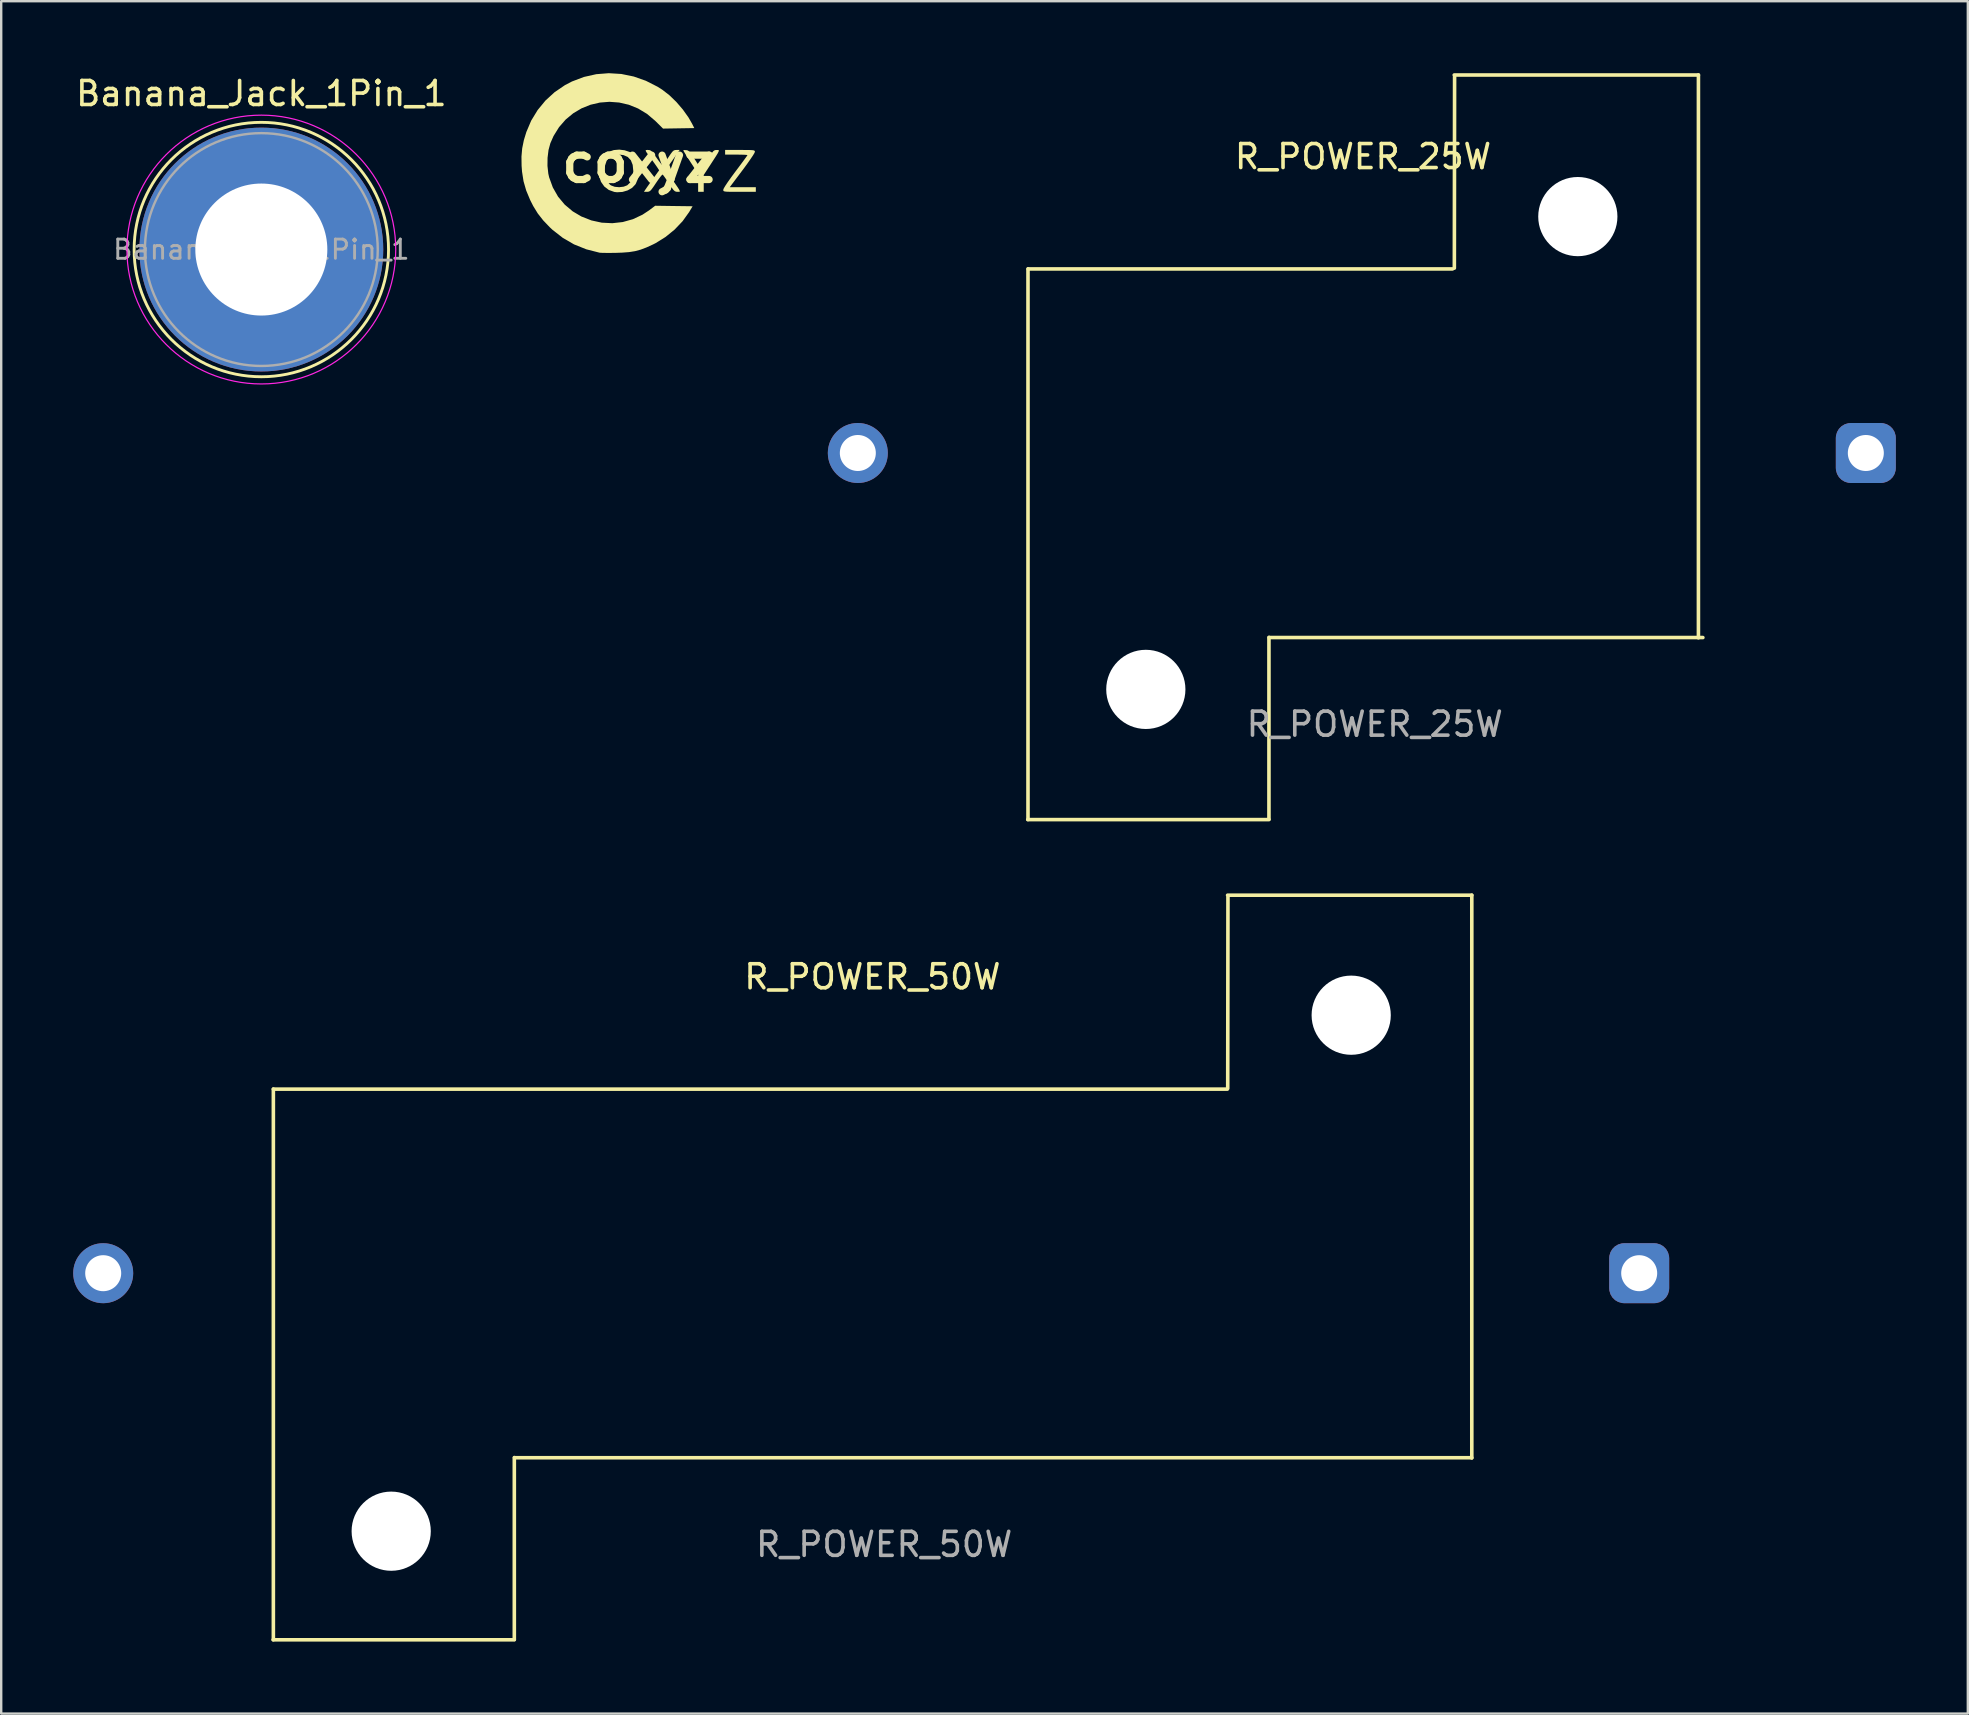
<source format=kicad_pcb>
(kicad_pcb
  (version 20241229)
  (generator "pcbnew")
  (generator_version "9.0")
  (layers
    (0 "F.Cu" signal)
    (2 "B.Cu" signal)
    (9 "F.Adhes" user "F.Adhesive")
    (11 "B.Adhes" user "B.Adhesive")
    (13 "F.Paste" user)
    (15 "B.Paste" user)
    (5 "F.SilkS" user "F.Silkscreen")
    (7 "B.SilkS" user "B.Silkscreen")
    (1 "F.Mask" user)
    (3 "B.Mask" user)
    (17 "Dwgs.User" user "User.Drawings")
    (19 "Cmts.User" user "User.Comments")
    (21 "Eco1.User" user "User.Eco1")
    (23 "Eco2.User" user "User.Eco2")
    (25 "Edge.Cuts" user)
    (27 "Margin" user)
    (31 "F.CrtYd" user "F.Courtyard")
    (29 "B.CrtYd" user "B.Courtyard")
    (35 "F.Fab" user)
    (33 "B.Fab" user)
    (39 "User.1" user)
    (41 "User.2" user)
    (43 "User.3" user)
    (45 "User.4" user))
  (footprint "Banana_Jack_1Pin_1"
    (layer "F.Cu")
    (at 7.839 7.348)
    (property "Reference" "Banana_Jack_1Pin_1" (at 0 -6.5 0) (layer "F.SilkS") (effects (font (size 1 1) (thickness 0.15))))
    (attr through_hole)
    (fp_circle (center 0 0) (end 5.3 0) (stroke (width 0.12) (type solid)) (fill no) (layer "F.SilkS"))
    (fp_circle (center 0 0) (end 5.6 0) (stroke (width 0.05) (type solid)) (fill no) (layer "F.CrtYd"))
    (fp_circle (center 0 0) (end 2 0) (stroke (width 0.1) (type solid)) (fill no) (layer "F.Fab"))
    (fp_circle (center 0 0) (end 4.85 0.05) (stroke (width 0.1) (type solid)) (fill no) (layer "F.Fab"))
    (fp_text user "${REFERENCE}" (at 0 0 0) (layer "F.Fab") (effects (font (size 0.8 0.8) (thickness 0.12))))
    (pad "1" thru_hole circle (at 0 0) (size 10.16 10.16) (drill 5.5) (layers "*.Cu" "*.Mask")))
  (footprint "R_POWER_50W"
    (layer "F.Cu")
    (at 33.89 50.1)
    (property "Reference" "R_POWER_50W" (at -0.59 -12.45 0) (layer "F.SilkS") (effects (font (size 1 1) (thickness 0.15))))
    (attr through_hole)
    (fp_line (start -25.56 15.175) (end -15.51 15.175) (stroke (width 0.15) (type default)) (layer "F.SilkS"))
    (fp_line (start -25.55 15.172) (end -25.55 -7.772) (stroke (width 0.15) (type solid)) (layer "F.SilkS"))
    (fp_line (start -15.51 15.158) (end -15.51 7.582) (stroke (width 0.15) (type default)) (layer "F.SilkS"))
    (fp_line (start -15.5 7.59) (end 24.385 7.59) (stroke (width 0.15) (type default)) (layer "F.SilkS"))
    (fp_line (start 14.2 -7.77) (end -25.55 -7.77) (stroke (width 0.15) (type default)) (layer "F.SilkS"))
    (fp_line (start 14.225 -15.777) (end 14.215 -7.803) (stroke (width 0.15) (type default)) (layer "F.SilkS"))
    (fp_line (start 24.385 -15.85) (end 14.21 -15.85) (stroke (width 0.15) (type default)) (layer "F.SilkS"))
    (fp_line (start 24.385 -15.85) (end 24.385 7.6) (stroke (width 0.15) (type solid)) (layer "F.SilkS"))
    (fp_text user "${REFERENCE}" (at -0.1 11.2 0) (layer "F.Fab") (effects (font (size 1 1) (thickness 0.15))))
    (pad "" np_thru_hole circle (at -20.64 10.65) (size 3.3 3.3) (drill 3.3) (layers "*.Cu" "*.Mask"))
    (pad "" np_thru_hole circle (at 19.36 -10.85) (size 3.3 3.3) (drill 3.3) (layers "*.Cu" "*.Mask"))
    (pad "1" thru_hole roundrect (at 31.36 -0.1) (size 2.5 2.5) (drill 1.5) (layers "*.Cu" "*.Mask") (roundrect_rratio 0.25))
    (pad "2" thru_hole circle (at -32.64 -0.1) (size 2.5 2.5) (drill 1.5) (layers "*.Cu" "*.Mask")))
  (footprint "coxyz"
    (layer "F.Cu")
    (at 23.557 3.741)
    (property "Reference" "coxyz" (at 0 0 0) (layer "F.SilkS") (effects (font (size 1.524 1.524) (thickness 0.3))))
    (attr through_hole)
    (fp_poly (pts (xy 3.334 -0.537) (xy 3.347 -0.517) (xy 3.335 -0.473) (xy 3.295 -0.397) (xy 3.223 -0.281) (xy 3.115 -0.114) (xy 3.004 0.057) (xy 2.715 0.5) (xy 2.715 1.202) (xy 2.482 1.202) (xy 2.482 0.453) (xy 2.172 -0.026) (xy 2.062 -0.197) (xy 1.97 -0.343) (xy 1.902 -0.454) (xy 1.865 -0.517) (xy 1.861 -0.527) (xy 1.895 -0.538) (xy 1.977 -0.536) (xy 1.986 -0.536) (xy 2.044 -0.524) (xy 2.097 -0.493) (xy 2.155 -0.433) (xy 2.229 -0.33) (xy 2.329 -0.174) (xy 2.346 -0.147) (xy 2.441 0.004) (xy 2.522 0.13) (xy 2.579 0.217) (xy 2.603 0.251) (xy 2.63 0.228) (xy 2.689 0.151) (xy 2.77 0.03) (xy 2.865 -0.121) (xy 2.873 -0.134) (xy 2.979 -0.305) (xy 3.055 -0.42) (xy 3.112 -0.49) (xy 3.161 -0.526) (xy 3.21 -0.54) (xy 3.249 -0.542) (xy 3.3 -0.542)) (stroke (width 0) (type solid)) (fill yes) (layer "F.SilkS"))
    (fp_poly (pts (xy 4.459 -0.542) (xy 4.624 -0.54) (xy 4.735 -0.535) (xy 4.801 -0.525) (xy 4.834 -0.508) (xy 4.846 -0.485) (xy 4.847 -0.464) (xy 4.825 -0.411) (xy 4.762 -0.307) (xy 4.664 -0.162) (xy 4.54 0.016) (xy 4.396 0.214) (xy 4.323 0.311) (xy 3.799 1.008) (xy 4.886 1.008) (xy 4.886 1.202) (xy 4.207 1.202) (xy 3.963 1.202) (xy 3.786 1.2) (xy 3.665 1.196) (xy 3.59 1.187) (xy 3.549 1.173) (xy 3.532 1.152) (xy 3.529 1.123) (xy 3.529 1.115) (xy 3.552 1.055) (xy 3.619 0.943) (xy 3.724 0.786) (xy 3.862 0.592) (xy 4.027 0.368) (xy 4.033 0.361) (xy 4.181 0.164) (xy 4.312 -0.012) (xy 4.419 -0.158) (xy 4.495 -0.264) (xy 4.534 -0.321) (xy 4.537 -0.328) (xy 4.501 -0.336) (xy 4.402 -0.343) (xy 4.256 -0.347) (xy 4.077 -0.349) (xy 4.072 -0.349) (xy 3.606 -0.349) (xy 3.606 -0.543) (xy 4.227 -0.543)) (stroke (width 0) (type solid)) (fill yes) (layer "F.SilkS"))
    (fp_poly (pts (xy -0.583 -0.53) (xy -0.379 -0.462) (xy -0.218 -0.354) (xy -0.189 -0.324) (xy -0.061 -0.122) (xy 0.012 0.115) (xy 0.027 0.371) (xy -0.014 0.626) (xy -0.114 0.862) (xy -0.136 0.897) (xy -0.269 1.036) (xy -0.454 1.142) (xy -0.67 1.206) (xy -0.896 1.22) (xy -1.012 1.206) (xy -1.242 1.123) (xy -1.428 0.98) (xy -1.565 0.786) (xy -1.646 0.547) (xy -1.667 0.33) (xy -1.665 0.31) (xy -1.413 0.31) (xy -1.387 0.563) (xy -1.312 0.764) (xy -1.188 0.907) (xy -1.147 0.935) (xy -0.994 0.992) (xy -0.807 1.009) (xy -0.62 0.987) (xy -0.473 0.93) (xy -0.341 0.804) (xy -0.256 0.62) (xy -0.221 0.38) (xy -0.22 0.33) (xy -0.245 0.079) (xy -0.322 -0.115) (xy -0.451 -0.251) (xy -0.63 -0.329) (xy -0.814 -0.349) (xy -1.038 -0.321) (xy -1.21 -0.236) (xy -1.329 -0.095) (xy -1.396 0.105) (xy -1.413 0.31) (xy -1.665 0.31) (xy -1.635 0.06) (xy -1.543 -0.171) (xy -1.395 -0.356) (xy -1.229 -0.471) (xy -1.03 -0.538) (xy -0.807 -0.557)) (stroke (width 0) (type solid)) (fill yes) (layer "F.SilkS"))
    (fp_poly (pts (xy 1.49 -0.223) (xy 1.387 -0.076) (xy 1.293 0.057) (xy 1.221 0.155) (xy 1.196 0.189) (xy 1.169 0.228) (xy 1.158 0.266) (xy 1.168 0.315) (xy 1.206 0.387) (xy 1.275 0.496) (xy 1.383 0.653) (xy 1.41 0.693) (xy 1.542 0.885) (xy 1.635 1.021) (xy 1.692 1.112) (xy 1.718 1.166) (xy 1.717 1.193) (xy 1.691 1.202) (xy 1.645 1.202) (xy 1.621 1.202) (xy 1.561 1.196) (xy 1.509 1.174) (xy 1.454 1.123) (xy 1.385 1.031) (xy 1.288 0.887) (xy 1.264 0.851) (xy 1.168 0.706) (xy 1.085 0.587) (xy 1.026 0.507) (xy 1.004 0.482) (xy 0.971 0.504) (xy 0.907 0.58) (xy 0.82 0.697) (xy 0.728 0.831) (xy 0.621 0.991) (xy 0.544 1.097) (xy 0.486 1.16) (xy 0.435 1.19) (xy 0.38 1.201) (xy 0.354 1.201) (xy 0.224 1.202) (xy 0.293 1.095) (xy 0.345 1.02) (xy 0.429 0.9) (xy 0.533 0.754) (xy 0.611 0.646) (xy 0.858 0.304) (xy 0.791 0.201) (xy 0.737 0.121) (xy 0.652 0.001) (xy 0.553 -0.136) (xy 0.525 -0.175) (xy 0.41 -0.332) (xy 0.336 -0.436) (xy 0.3 -0.499) (xy 0.298 -0.531) (xy 0.327 -0.542) (xy 0.382 -0.543) (xy 0.395 -0.542) (xy 0.457 -0.537) (xy 0.511 -0.513) (xy 0.57 -0.459) (xy 0.646 -0.363) (xy 0.751 -0.214) (xy 0.751 -0.214) (xy 0.848 -0.079) (xy 0.93 0.025) (xy 0.987 0.087) (xy 1.007 0.098) (xy 1.04 0.059) (xy 1.103 -0.029) (xy 1.187 -0.152) (xy 1.24 -0.231) (xy 1.337 -0.376) (xy 1.407 -0.468) (xy 1.462 -0.518) (xy 1.516 -0.539) (xy 1.579 -0.543) (xy 1.713 -0.543)) (stroke (width 0) (type solid)) (fill yes) (layer "F.SilkS"))
    (fp_poly (pts (xy -0.719 -3.709) (xy -0.202 -3.603) (xy 0.304 -3.425) (xy 0.794 -3.176) (xy 0.989 -3.052) (xy 1.282 -2.825) (xy 1.574 -2.543) (xy 1.846 -2.226) (xy 2.081 -1.896) (xy 2.226 -1.643) (xy 2.322 -1.454) (xy 1.02 -1.433) (xy 0.694 -1.756) (xy 0.35 -2.047) (xy -0.02 -2.27) (xy -0.408 -2.427) (xy -0.808 -2.519) (xy -1.213 -2.549) (xy -1.614 -2.517) (xy -2.004 -2.426) (xy -2.377 -2.276) (xy -2.724 -2.069) (xy -3.039 -1.808) (xy -3.314 -1.492) (xy -3.542 -1.125) (xy -3.675 -0.824) (xy -3.752 -0.54) (xy -3.792 -0.216) (xy -3.796 0.121) (xy -3.761 0.441) (xy -3.727 0.595) (xy -3.572 1.021) (xy -3.355 1.402) (xy -3.078 1.734) (xy -2.743 2.016) (xy -2.385 2.228) (xy -1.966 2.393) (xy -1.533 2.487) (xy -1.094 2.509) (xy -0.66 2.461) (xy -0.238 2.343) (xy 0.161 2.156) (xy 0.433 1.977) (xy 0.692 1.782) (xy 1.472 1.793) (xy 2.252 1.803) (xy 2.105 2.048) (xy 1.835 2.425) (xy 1.502 2.775) (xy 1.122 3.084) (xy 0.708 3.341) (xy 0.601 3.395) (xy 0.33 3.519) (xy 0.089 3.61) (xy -0.144 3.673) (xy -0.392 3.713) (xy -0.677 3.735) (xy -0.931 3.744) (xy -1.146 3.747) (xy -1.341 3.747) (xy -1.498 3.745) (xy -1.602 3.74) (xy -1.629 3.737) (xy -2.181 3.596) (xy -2.69 3.391) (xy -3.157 3.12) (xy -3.587 2.784) (xy -3.698 2.68) (xy -3.974 2.391) (xy -4.199 2.104) (xy -4.39 1.793) (xy -4.516 1.545) (xy -4.682 1.147) (xy -4.793 0.762) (xy -4.856 0.358) (xy -4.874 0.116) (xy -4.879 -0.266) (xy -4.849 -0.609) (xy -4.78 -0.949) (xy -4.676 -1.29) (xy -4.474 -1.765) (xy -4.205 -2.205) (xy -3.878 -2.603) (xy -3.497 -2.951) (xy -3.07 -3.242) (xy -2.775 -3.396) (xy -2.275 -3.585) (xy -1.762 -3.7) (xy -1.241 -3.741)) (stroke (width 0) (type solid)) (fill yes) (layer "F.SilkS")))
  (footprint "R_POWER_25W"
    (layer "F.Cu")
    (at 54.333 15.925)
    (property "Reference" "R_POWER_25W" (at -0.59 -12.45 0) (layer "F.SilkS") (effects (font (size 1 1) (thickness 0.15))))
    (attr through_hole)
    (fp_line (start -14.56 15.175) (end -4.51 15.175) (stroke (width 0.15) (type default)) (layer "F.SilkS"))
    (fp_line (start -14.55 15.172) (end -14.55 -7.772) (stroke (width 0.15) (type solid)) (layer "F.SilkS"))
    (fp_line (start -4.51 15.158) (end -4.51 7.582) (stroke (width 0.15) (type default)) (layer "F.SilkS"))
    (fp_line (start -4.5 7.59) (end 13.57 7.59) (stroke (width 0.15) (type default)) (layer "F.SilkS"))
    (fp_line (start 3.14 -7.77) (end -14.54 -7.77) (stroke (width 0.15) (type default)) (layer "F.SilkS"))
    (fp_line (start 3.225 -15.777) (end 3.215 -7.803) (stroke (width 0.15) (type default)) (layer "F.SilkS"))
    (fp_line (start 13.385 -15.85) (end 3.21 -15.85) (stroke (width 0.15) (type default)) (layer "F.SilkS"))
    (fp_line (start 13.385 -15.85) (end 13.385 7.6) (stroke (width 0.15) (type solid)) (layer "F.SilkS"))
    (fp_text user "${REFERENCE}" (at -0.1 11.2 0) (layer "F.Fab") (effects (font (size 1 1) (thickness 0.15))))
    (pad "" np_thru_hole circle (at -9.64 9.75) (size 3.3 3.3) (drill 3.3) (layers "*.Cu" "*.Mask"))
    (pad "" np_thru_hole circle (at 8.36 -9.95) (size 3.3 3.3) (drill 3.3) (layers "*.Cu" "*.Mask"))
    (pad "1" thru_hole roundrect (at 20.36 -0.1) (size 2.5 2.5) (drill 1.5) (layers "*.Cu" "*.Mask") (roundrect_rratio 0.25))
    (pad "2" thru_hole circle (at -21.64 -0.1) (size 2.5 2.5) (drill 1.5) (layers "*.Cu" "*.Mask")))
  (gr_rect
    (start -3 -3)
    (end 78.943 68.35)
    (stroke (width 0.1) (type default))
    (fill no)
    (layer "Edge.Cuts")))
</source>
